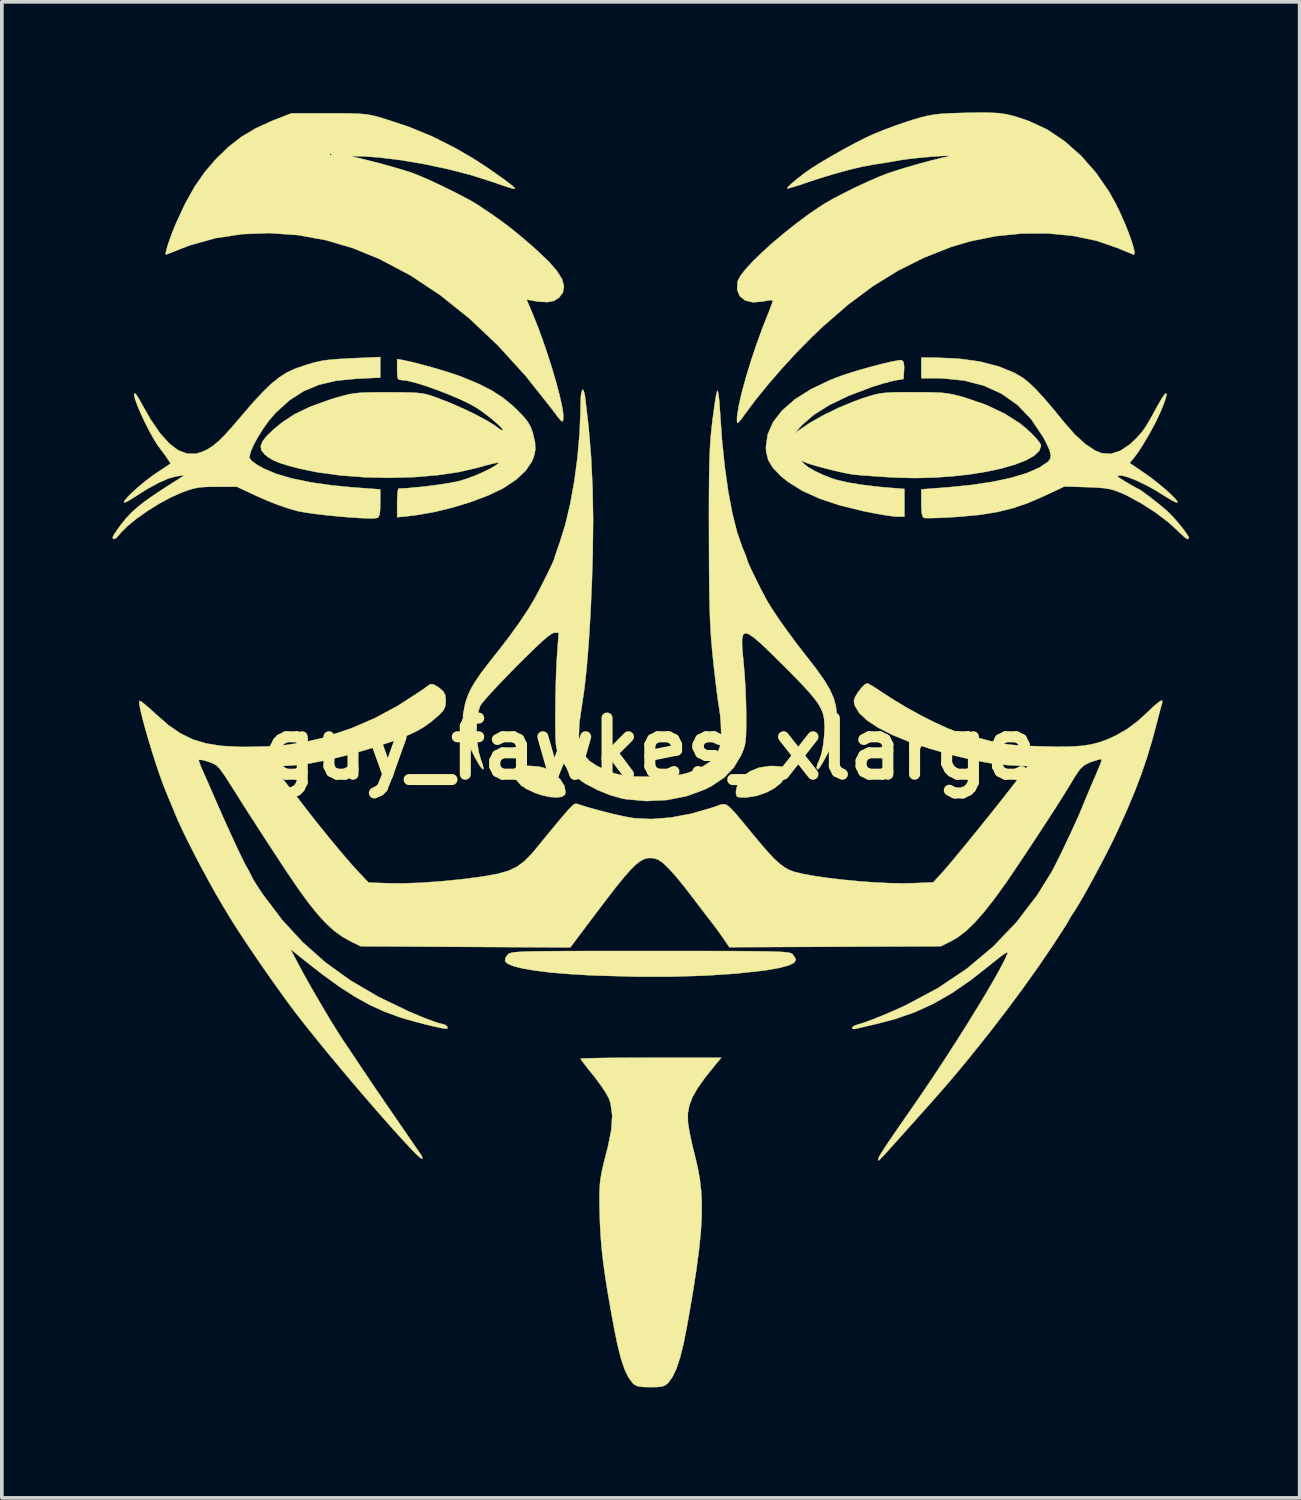
<source format=kicad_pcb>
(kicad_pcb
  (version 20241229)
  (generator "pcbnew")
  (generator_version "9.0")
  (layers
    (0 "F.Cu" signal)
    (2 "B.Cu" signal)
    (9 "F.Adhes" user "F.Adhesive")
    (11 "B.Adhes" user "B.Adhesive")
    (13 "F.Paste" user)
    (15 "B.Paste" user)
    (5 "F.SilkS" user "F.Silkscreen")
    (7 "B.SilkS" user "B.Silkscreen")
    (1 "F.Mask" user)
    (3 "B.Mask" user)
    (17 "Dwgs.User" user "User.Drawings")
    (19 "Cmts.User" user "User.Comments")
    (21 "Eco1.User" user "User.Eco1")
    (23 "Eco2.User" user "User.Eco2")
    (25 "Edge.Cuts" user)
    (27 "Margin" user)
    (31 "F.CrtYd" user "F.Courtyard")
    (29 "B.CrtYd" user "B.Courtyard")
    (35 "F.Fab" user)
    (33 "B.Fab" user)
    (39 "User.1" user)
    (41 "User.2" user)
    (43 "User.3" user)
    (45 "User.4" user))
  (footprint "guy_fawkes_xlarge"
    (layer "F.Cu")
    (at 14.585 17.271)
    (property "Reference" "guy_fawkes_xlarge" (at 0 0 0) (layer "F.SilkS") (effects (font (size 1.524 1.524) (thickness 0.3))))
    (attr through_hole)
    (fp_poly (pts (xy -3.226 0.465) (xy -3.019 0.482) (xy -2.87 0.516) (xy -2.737 0.581) (xy -2.615 0.664) (xy -2.428 0.832) (xy -2.316 1.009) (xy -2.288 1.178) (xy -2.303 1.242) (xy -2.376 1.299) (xy -2.519 1.32) (xy -2.712 1.307) (xy -2.929 1.26) (xy -3.116 1.196) (xy -3.347 1.09) (xy -3.501 0.987) (xy -3.604 0.868) (xy -3.659 0.758) (xy -3.696 0.62) (xy -3.664 0.528) (xy -3.556 0.477) (xy -3.362 0.461) (xy -3.226 0.465)) (stroke (width 0.01) (type solid)) (fill yes) (layer "F.SilkS"))
    (fp_poly (pts (xy 3.361 0.467) (xy 3.536 0.478) (xy 3.634 0.497) (xy 3.68 0.536) (xy 3.697 0.607) (xy 3.699 0.627) (xy 3.669 0.778) (xy 3.556 0.929) (xy 3.378 1.07) (xy 3.153 1.19) (xy 2.9 1.276) (xy 2.637 1.318) (xy 2.56 1.321) (xy 2.421 1.317) (xy 2.357 1.289) (xy 2.338 1.218) (xy 2.337 1.147) (xy 2.384 0.94) (xy 2.516 0.758) (xy 2.716 0.611) (xy 2.967 0.51) (xy 3.252 0.467) (xy 3.361 0.467)) (stroke (width 0.01) (type solid)) (fill yes) (layer "F.SilkS"))
    (fp_poly (pts (xy 0.728 5.486) (xy 1.344 5.487) (xy 1.872 5.488) (xy 2.319 5.489) (xy 2.693 5.492) (xy 2.999 5.495) (xy 3.246 5.499) (xy 3.439 5.505) (xy 3.587 5.512) (xy 3.695 5.521) (xy 3.771 5.532) (xy 3.822 5.544) (xy 3.854 5.559) (xy 3.875 5.576) (xy 3.878 5.579) (xy 3.944 5.673) (xy 3.962 5.73) (xy 3.912 5.808) (xy 3.76 5.881) (xy 3.509 5.947) (xy 3.158 6.008) (xy 3.094 6.017) (xy 2.342 6.1) (xy 1.504 6.155) (xy 0.591 6.183) (xy -0.385 6.183) (xy -1.413 6.154) (xy -1.676 6.143) (xy -2.221 6.11) (xy -2.702 6.069) (xy -3.113 6.019) (xy -3.448 5.961) (xy -3.701 5.898) (xy -3.865 5.83) (xy -3.93 5.765) (xy -3.92 5.675) (xy -3.86 5.587) (xy -3.838 5.568) (xy -3.811 5.552) (xy -3.769 5.538) (xy -3.708 5.526) (xy -3.618 5.516) (xy -3.494 5.508) (xy -3.329 5.501) (xy -3.115 5.496) (xy -2.845 5.493) (xy -2.513 5.49) (xy -2.112 5.488) (xy -1.634 5.487) (xy -1.073 5.487) (xy -0.421 5.486) (xy 0.018 5.486) (xy 0.728 5.486)) (stroke (width 0.01) (type solid)) (fill yes) (layer "F.SilkS"))
    (fp_poly (pts (xy 1.781 8.572) (xy 1.507 8.913) (xy 1.302 9.201) (xy 1.159 9.45) (xy 1.072 9.676) (xy 1.032 9.893) (xy 1.033 10.115) (xy 1.035 10.135) (xy 1.061 10.311) (xy 1.107 10.55) (xy 1.167 10.818) (xy 1.219 11.024) (xy 1.296 11.348) (xy 1.355 11.668) (xy 1.393 11.995) (xy 1.41 12.34) (xy 1.407 12.713) (xy 1.382 13.126) (xy 1.335 13.589) (xy 1.266 14.114) (xy 1.174 14.711) (xy 1.058 15.392) (xy 1.008 15.672) (xy 0.915 16.144) (xy 0.821 16.523) (xy 0.722 16.821) (xy 0.615 17.045) (xy 0.498 17.207) (xy 0.496 17.208) (xy 0.425 17.269) (xy 0.335 17.304) (xy 0.198 17.32) (xy 0.017 17.323) (xy -0.189 17.318) (xy -0.322 17.299) (xy -0.411 17.259) (xy -0.462 17.216) (xy -0.579 17.062) (xy -0.686 16.84) (xy -0.786 16.541) (xy -0.882 16.156) (xy -0.96 15.773) (xy -1.068 15.187) (xy -1.155 14.682) (xy -1.223 14.242) (xy -1.275 13.851) (xy -1.314 13.49) (xy -1.34 13.144) (xy -1.356 12.795) (xy -1.36 12.668) (xy -1.367 12.336) (xy -1.368 12.075) (xy -1.359 11.858) (xy -1.337 11.656) (xy -1.298 11.444) (xy -1.239 11.193) (xy -1.158 10.875) (xy -1.143 10.82) (xy -1.047 10.351) (xy -1.021 9.952) (xy -1.066 9.621) (xy -1.112 9.486) (xy -1.187 9.349) (xy -1.308 9.164) (xy -1.456 8.961) (xy -1.544 8.849) (xy -1.683 8.677) (xy -1.793 8.534) (xy -1.863 8.439) (xy -1.88 8.41) (xy -1.831 8.403) (xy -1.691 8.398) (xy -1.472 8.393) (xy -1.185 8.388) (xy -0.841 8.385) (xy -0.45 8.383) (xy -0.024 8.382) (xy 0.03 8.382) (xy 1.94 8.382) (xy 1.781 8.572)) (stroke (width 0.01) (type solid)) (fill yes) (layer "F.SilkS"))
    (fp_poly (pts (xy 6.84 -10.545) (xy 6.887 -10.492) (xy 6.902 -10.369) (xy 6.899 -10.276) (xy 6.883 -10.035) (xy 6.661 -9.998) (xy 6.509 -9.963) (xy 6.299 -9.905) (xy 6.07 -9.834) (xy 6 -9.81) (xy 5.387 -9.577) (xy 4.87 -9.328) (xy 4.45 -9.064) (xy 4.129 -8.787) (xy 4.039 -8.684) (xy 3.937 -8.56) (xy 4.039 -8.639) (xy 4.336 -8.842) (xy 4.704 -9.051) (xy 5.113 -9.251) (xy 5.534 -9.426) (xy 5.78 -9.514) (xy 5.963 -9.573) (xy 6.113 -9.616) (xy 6.254 -9.645) (xy 6.407 -9.663) (xy 6.595 -9.673) (xy 6.84 -9.677) (xy 7.163 -9.677) (xy 7.493 -9.676) (xy 7.745 -9.671) (xy 7.942 -9.66) (xy 8.107 -9.64) (xy 8.264 -9.609) (xy 8.436 -9.565) (xy 8.56 -9.529) (xy 9.13 -9.332) (xy 9.637 -9.091) (xy 10.032 -8.84) (xy 10.205 -8.7) (xy 10.369 -8.548) (xy 10.504 -8.404) (xy 10.593 -8.286) (xy 10.617 -8.224) (xy 10.568 -8.086) (xy 10.427 -7.953) (xy 10.205 -7.829) (xy 9.91 -7.714) (xy 9.554 -7.611) (xy 9.145 -7.522) (xy 8.694 -7.449) (xy 8.21 -7.395) (xy 7.704 -7.36) (xy 7.185 -7.348) (xy 6.663 -7.361) (xy 6.542 -7.368) (xy 6.25 -7.386) (xy 5.975 -7.406) (xy 5.741 -7.423) (xy 5.574 -7.438) (xy 5.532 -7.442) (xy 5.372 -7.468) (xy 5.156 -7.514) (xy 4.912 -7.571) (xy 4.665 -7.635) (xy 4.444 -7.697) (xy 4.274 -7.751) (xy 4.193 -7.784) (xy 4.123 -7.817) (xy 4.129 -7.795) (xy 4.175 -7.742) (xy 4.295 -7.645) (xy 4.485 -7.535) (xy 4.716 -7.427) (xy 4.96 -7.333) (xy 5.08 -7.296) (xy 5.387 -7.225) (xy 5.778 -7.162) (xy 6.236 -7.108) (xy 6.515 -7.084) (xy 6.909 -7.053) (xy 6.909 -6.299) (xy 6.693 -6.302) (xy 6.562 -6.314) (xy 6.359 -6.344) (xy 6.108 -6.388) (xy 5.837 -6.442) (xy 5.791 -6.451) (xy 5.153 -6.608) (xy 4.606 -6.79) (xy 4.143 -6.999) (xy 3.755 -7.24) (xy 3.548 -7.408) (xy 3.339 -7.626) (xy 3.212 -7.837) (xy 3.156 -8.068) (xy 3.15 -8.194) (xy 3.2 -8.54) (xy 3.348 -8.872) (xy 3.594 -9.186) (xy 3.934 -9.482) (xy 4.367 -9.756) (xy 4.891 -10.006) (xy 5.043 -10.068) (xy 5.245 -10.141) (xy 5.492 -10.221) (xy 5.764 -10.302) (xy 6.041 -10.379) (xy 6.304 -10.447) (xy 6.535 -10.502) (xy 6.714 -10.537) (xy 6.823 -10.548) (xy 6.84 -10.545)) (stroke (width 0.01) (type solid)) (fill yes) (layer "F.SilkS"))
    (fp_poly (pts (xy -6.693 -10.548) (xy -6.445 -10.494) (xy -6.136 -10.414) (xy -5.802 -10.321) (xy -5.478 -10.222) (xy -5.197 -10.129) (xy -5.105 -10.095) (xy -4.665 -9.914) (xy -4.302 -9.731) (xy -3.993 -9.533) (xy -3.716 -9.306) (xy -3.626 -9.22) (xy -3.443 -9.034) (xy -3.321 -8.886) (xy -3.241 -8.751) (xy -3.185 -8.603) (xy -3.181 -8.589) (xy -3.117 -8.326) (xy -3.106 -8.115) (xy -3.149 -7.921) (xy -3.205 -7.789) (xy -3.372 -7.544) (xy -3.628 -7.305) (xy -3.962 -7.083) (xy -4.013 -7.054) (xy -4.397 -6.872) (xy -4.853 -6.7) (xy -5.35 -6.548) (xy -5.857 -6.425) (xy -6.346 -6.34) (xy -6.515 -6.32) (xy -6.858 -6.285) (xy -6.858 -6.673) (xy -6.853 -6.857) (xy -6.841 -6.994) (xy -6.824 -7.06) (xy -6.82 -7.062) (xy -6.58 -7.074) (xy -6.286 -7.101) (xy -5.967 -7.137) (xy -5.655 -7.179) (xy -5.38 -7.224) (xy -5.173 -7.267) (xy -5.159 -7.271) (xy -4.955 -7.334) (xy -4.73 -7.42) (xy -4.508 -7.517) (xy -4.312 -7.615) (xy -4.165 -7.702) (xy -4.094 -7.764) (xy -4.13 -7.766) (xy -4.245 -7.743) (xy -4.423 -7.699) (xy -4.644 -7.637) (xy -4.664 -7.631) (xy -5.176 -7.512) (xy -5.762 -7.426) (xy -6.399 -7.373) (xy -7.065 -7.354) (xy -7.737 -7.369) (xy -8.393 -7.419) (xy -9.01 -7.502) (xy -9.474 -7.597) (xy -9.795 -7.679) (xy -10.034 -7.754) (xy -10.214 -7.828) (xy -10.353 -7.91) (xy -10.452 -7.99) (xy -10.539 -8.097) (xy -10.561 -8.21) (xy -10.515 -8.338) (xy -10.396 -8.491) (xy -10.197 -8.679) (xy -9.982 -8.856) (xy -9.641 -9.081) (xy -9.204 -9.289) (xy -8.678 -9.478) (xy -8.509 -9.53) (xy -8.32 -9.583) (xy -8.16 -9.622) (xy -8.006 -9.648) (xy -7.837 -9.664) (xy -7.63 -9.672) (xy -7.361 -9.675) (xy -7.087 -9.675) (xy -6.759 -9.674) (xy -6.512 -9.67) (xy -6.325 -9.661) (xy -6.178 -9.644) (xy -6.05 -9.617) (xy -5.92 -9.578) (xy -5.768 -9.524) (xy -5.74 -9.514) (xy -5.391 -9.377) (xy -5.041 -9.223) (xy -4.713 -9.064) (xy -4.426 -8.91) (xy -4.202 -8.771) (xy -4.102 -8.695) (xy -4.022 -8.647) (xy -3.985 -8.647) (xy -4.007 -8.691) (xy -4.092 -8.778) (xy -4.222 -8.894) (xy -4.379 -9.022) (xy -4.544 -9.146) (xy -4.698 -9.252) (xy -4.699 -9.252) (xy -4.906 -9.368) (xy -5.17 -9.494) (xy -5.469 -9.621) (xy -5.783 -9.742) (xy -6.089 -9.85) (xy -6.366 -9.935) (xy -6.593 -9.99) (xy -6.738 -10.008) (xy -6.806 -10.016) (xy -6.842 -10.056) (xy -6.856 -10.153) (xy -6.858 -10.293) (xy -6.858 -10.579) (xy -6.693 -10.548)) (stroke (width 0.01) (type solid)) (fill yes) (layer "F.SilkS"))
    (fp_poly (pts (xy -8.361 -17.245) (xy -8.091 -17.242) (xy -7.883 -17.234) (xy -7.717 -17.22) (xy -7.572 -17.197) (xy -7.429 -17.164) (xy -7.268 -17.119) (xy -7.214 -17.102) (xy -6.534 -16.877) (xy -5.908 -16.619) (xy -5.295 -16.311) (xy -4.853 -16.056) (xy -4.657 -15.934) (xy -4.443 -15.793) (xy -4.226 -15.644) (xy -4.022 -15.5) (xy -3.849 -15.372) (xy -3.724 -15.273) (xy -3.661 -15.213) (xy -3.658 -15.205) (xy -3.676 -15.196) (xy -3.74 -15.209) (xy -3.863 -15.245) (xy -4.057 -15.31) (xy -4.293 -15.393) (xy -4.847 -15.568) (xy -5.464 -15.728) (xy -6.109 -15.866) (xy -6.75 -15.975) (xy -7.355 -16.049) (xy -7.722 -16.075) (xy -7.912 -16.082) (xy -8.041 -16.084) (xy -8.093 -16.079) (xy -8.077 -16.072) (xy -7.841 -16.018) (xy -7.556 -15.947) (xy -7.249 -15.866) (xy -6.946 -15.782) (xy -6.677 -15.702) (xy -6.467 -15.635) (xy -6.401 -15.611) (xy -6.182 -15.522) (xy -5.912 -15.402) (xy -5.617 -15.263) (xy -5.32 -15.117) (xy -5.047 -14.977) (xy -4.822 -14.855) (xy -4.686 -14.773) (xy -4.334 -14.537) (xy -4.041 -14.332) (xy -3.779 -14.134) (xy -3.518 -13.922) (xy -3.229 -13.674) (xy -3.053 -13.518) (xy -2.741 -13.221) (xy -2.518 -12.964) (xy -2.381 -12.743) (xy -2.329 -12.552) (xy -2.358 -12.386) (xy -2.464 -12.243) (xy -2.598 -12.157) (xy -2.773 -12.122) (xy -3.012 -12.135) (xy -3.132 -12.154) (xy -3.344 -12.192) (xy -3.167 -11.773) (xy -3.032 -11.436) (xy -2.898 -11.068) (xy -2.768 -10.685) (xy -2.647 -10.304) (xy -2.54 -9.939) (xy -2.453 -9.607) (xy -2.388 -9.324) (xy -2.352 -9.105) (xy -2.347 -8.977) (xy -2.357 -8.908) (xy -2.377 -8.884) (xy -2.419 -8.913) (xy -2.495 -9.004) (xy -2.618 -9.168) (xy -2.641 -9.199) (xy -3.371 -10.12) (xy -4.123 -10.947) (xy -4.897 -11.679) (xy -5.691 -12.314) (xy -6.504 -12.852) (xy -7.335 -13.291) (xy -8.052 -13.585) (xy -8.794 -13.804) (xy -9.553 -13.941) (xy -10.316 -13.995) (xy -11.068 -13.967) (xy -11.794 -13.857) (xy -12.479 -13.664) (xy -12.678 -13.589) (xy -12.871 -13.512) (xy -13.024 -13.452) (xy -13.116 -13.417) (xy -13.133 -13.411) (xy -13.138 -13.455) (xy -13.111 -13.573) (xy -13.057 -13.745) (xy -12.983 -13.953) (xy -12.894 -14.177) (xy -12.864 -14.249) (xy -12.611 -14.794) (xy -12.352 -15.256) (xy -12.076 -15.654) (xy -11.775 -16.004) (xy -11.645 -16.129) (xy -8.687 -16.129) (xy -8.661 -16.104) (xy -8.636 -16.129) (xy -8.661 -16.154) (xy -8.687 -16.129) (xy -11.645 -16.129) (xy -11.427 -16.34) (xy -11.081 -16.61) (xy -10.705 -16.834) (xy -10.268 -17.034) (xy -10.151 -17.081) (xy -9.728 -17.245) (xy -8.712 -17.246) (xy -8.361 -17.245)) (stroke (width 0.01) (type solid)) (fill yes) (layer "F.SilkS"))
    (fp_poly (pts (xy 7.76 -10.616) (xy 8.386 -10.588) (xy 8.958 -10.508) (xy 9.464 -10.378) (xy 9.894 -10.202) (xy 10.129 -10.063) (xy 10.286 -9.938) (xy 10.471 -9.761) (xy 10.691 -9.523) (xy 10.954 -9.215) (xy 11.239 -8.865) (xy 11.536 -8.527) (xy 11.821 -8.268) (xy 12.087 -8.092) (xy 12.263 -8.022) (xy 12.509 -8.006) (xy 12.768 -8.088) (xy 13.032 -8.266) (xy 13.17 -8.396) (xy 13.277 -8.509) (xy 13.366 -8.614) (xy 13.45 -8.733) (xy 13.543 -8.885) (xy 13.659 -9.091) (xy 13.779 -9.312) (xy 13.896 -9.514) (xy 13.976 -9.625) (xy 14.017 -9.648) (xy 14.019 -9.587) (xy 13.978 -9.445) (xy 13.894 -9.228) (xy 13.856 -9.138) (xy 13.724 -8.859) (xy 13.565 -8.562) (xy 13.398 -8.277) (xy 13.24 -8.034) (xy 13.142 -7.903) (xy 13.021 -7.755) (xy 13.39 -7.506) (xy 13.59 -7.364) (xy 13.791 -7.207) (xy 13.979 -7.051) (xy 14.14 -6.906) (xy 14.258 -6.787) (xy 14.318 -6.708) (xy 14.319 -6.684) (xy 14.265 -6.694) (xy 14.151 -6.751) (xy 14 -6.842) (xy 13.975 -6.859) (xy 13.721 -7.016) (xy 13.457 -7.161) (xy 13.204 -7.282) (xy 12.985 -7.369) (xy 12.821 -7.413) (xy 12.781 -7.417) (xy 12.708 -7.413) (xy 12.695 -7.393) (xy 12.75 -7.348) (xy 12.882 -7.265) (xy 12.925 -7.239) (xy 13.076 -7.15) (xy 13.19 -7.086) (xy 13.242 -7.061) (xy 13.242 -7.061) (xy 13.298 -7.031) (xy 13.411 -6.953) (xy 13.561 -6.841) (xy 13.727 -6.711) (xy 13.889 -6.581) (xy 14.025 -6.465) (xy 14.06 -6.433) (xy 14.182 -6.31) (xy 14.317 -6.159) (xy 14.447 -6.001) (xy 14.553 -5.859) (xy 14.618 -5.756) (xy 14.63 -5.721) (xy 14.601 -5.689) (xy 14.518 -5.737) (xy 14.384 -5.861) (xy 14.374 -5.872) (xy 14.08 -6.142) (xy 13.721 -6.414) (xy 13.33 -6.666) (xy 12.941 -6.876) (xy 12.802 -6.94) (xy 12.641 -7.003) (xy 12.492 -7.046) (xy 12.325 -7.074) (xy 12.111 -7.091) (xy 11.862 -7.101) (xy 11.252 -7.12) (xy 10.693 -6.857) (xy 10.268 -6.673) (xy 9.858 -6.532) (xy 9.434 -6.427) (xy 8.971 -6.352) (xy 8.439 -6.301) (xy 8.342 -6.294) (xy 8.059 -6.277) (xy 7.808 -6.266) (xy 7.608 -6.261) (xy 7.478 -6.262) (xy 7.441 -6.267) (xy 7.399 -6.311) (xy 7.376 -6.416) (xy 7.366 -6.599) (xy 7.366 -6.668) (xy 7.366 -7.041) (xy 8.115 -7.099) (xy 8.75 -7.163) (xy 9.32 -7.25) (xy 9.819 -7.358) (xy 10.238 -7.486) (xy 10.571 -7.632) (xy 10.803 -7.788) (xy 10.866 -7.868) (xy 10.881 -7.97) (xy 10.844 -8.112) (xy 10.754 -8.309) (xy 10.663 -8.476) (xy 10.349 -8.945) (xy 9.979 -9.331) (xy 9.552 -9.633) (xy 9.066 -9.855) (xy 8.52 -9.995) (xy 7.912 -10.055) (xy 7.76 -10.057) (xy 7.366 -10.058) (xy 7.366 -10.617) (xy 7.76 -10.616)) (stroke (width 0.01) (type solid)) (fill yes) (layer "F.SilkS"))
    (fp_poly (pts (xy -7.315 -10.353) (xy -7.315 -10.074) (xy -7.968 -10.043) (xy -8.511 -9.989) (xy -8.982 -9.879) (xy -9.399 -9.704) (xy -9.778 -9.459) (xy -10.138 -9.134) (xy -10.178 -9.093) (xy -10.338 -8.904) (xy -10.495 -8.685) (xy -10.639 -8.456) (xy -10.756 -8.238) (xy -10.836 -8.051) (xy -10.865 -7.917) (xy -10.864 -7.894) (xy -10.807 -7.817) (xy -10.67 -7.715) (xy -10.481 -7.607) (xy -10.145 -7.464) (xy -9.719 -7.339) (xy -9.214 -7.234) (xy -8.64 -7.151) (xy -8.09 -7.098) (xy -7.315 -7.04) (xy -7.315 -6.668) (xy -7.321 -6.461) (xy -7.339 -6.337) (xy -7.374 -6.276) (xy -7.392 -6.267) (xy -7.487 -6.255) (xy -7.663 -6.255) (xy -7.901 -6.265) (xy -8.182 -6.284) (xy -8.485 -6.31) (xy -8.792 -6.34) (xy -9.083 -6.375) (xy -9.339 -6.411) (xy -9.539 -6.447) (xy -9.576 -6.456) (xy -9.812 -6.524) (xy -10.1 -6.623) (xy -10.398 -6.741) (xy -10.62 -6.838) (xy -11.208 -7.112) (xy -11.752 -7.112) (xy -12.012 -7.109) (xy -12.207 -7.096) (xy -12.372 -7.066) (xy -12.544 -7.014) (xy -12.714 -6.951) (xy -13.008 -6.82) (xy -13.322 -6.649) (xy -13.635 -6.454) (xy -13.927 -6.248) (xy -14.174 -6.046) (xy -14.358 -5.863) (xy -14.407 -5.8) (xy -14.487 -5.715) (xy -14.553 -5.69) (xy -14.58 -5.735) (xy -14.551 -5.796) (xy -14.476 -5.912) (xy -14.369 -6.061) (xy -14.356 -6.078) (xy -14.216 -6.253) (xy -14.065 -6.413) (xy -13.889 -6.571) (xy -13.671 -6.739) (xy -13.398 -6.929) (xy -13.054 -7.154) (xy -12.979 -7.201) (xy -12.624 -7.427) (xy -12.849 -7.395) (xy -13.066 -7.335) (xy -13.341 -7.214) (xy -13.658 -7.04) (xy -13.971 -6.841) (xy -14.114 -6.751) (xy -14.222 -6.694) (xy -14.269 -6.683) (xy -14.254 -6.734) (xy -14.173 -6.832) (xy -14.042 -6.962) (xy -13.876 -7.111) (xy -13.691 -7.264) (xy -13.503 -7.407) (xy -13.4 -7.478) (xy -13.006 -7.741) (xy -13.088 -7.871) (xy -13.181 -8.005) (xy -13.257 -8.103) (xy -13.358 -8.24) (xy -13.472 -8.425) (xy -13.592 -8.641) (xy -13.709 -8.872) (xy -13.815 -9.1) (xy -13.904 -9.309) (xy -13.966 -9.481) (xy -13.995 -9.601) (xy -13.982 -9.651) (xy -13.978 -9.652) (xy -13.937 -9.611) (xy -13.868 -9.505) (xy -13.817 -9.412) (xy -13.548 -8.938) (xy -13.291 -8.564) (xy -13.042 -8.285) (xy -12.798 -8.101) (xy -12.556 -8.01) (xy -12.315 -8.008) (xy -12.131 -8.066) (xy -11.987 -8.137) (xy -11.851 -8.226) (xy -11.709 -8.344) (xy -11.547 -8.504) (xy -11.352 -8.718) (xy -11.111 -8.999) (xy -11.074 -9.042) (xy -10.764 -9.402) (xy -10.499 -9.688) (xy -10.268 -9.911) (xy -10.057 -10.081) (xy -9.857 -10.209) (xy -9.653 -10.304) (xy -9.587 -10.329) (xy -9.332 -10.417) (xy -9.119 -10.481) (xy -8.92 -10.526) (xy -8.708 -10.557) (xy -8.454 -10.578) (xy -8.132 -10.596) (xy -8.065 -10.599) (xy -7.315 -10.633) (xy -7.315 -10.353)) (stroke (width 0.01) (type solid)) (fill yes) (layer "F.SilkS"))
    (fp_poly (pts (xy 9.238 -17.264) (xy 9.473 -17.25) (xy 9.68 -17.22) (xy 9.882 -17.171) (xy 10.104 -17.1) (xy 10.312 -17.026) (xy 10.796 -16.799) (xy 11.265 -16.482) (xy 11.708 -16.088) (xy 12.112 -15.628) (xy 12.465 -15.115) (xy 12.649 -14.783) (xy 12.778 -14.515) (xy 12.896 -14.245) (xy 12.998 -13.989) (xy 13.079 -13.762) (xy 13.133 -13.58) (xy 13.154 -13.458) (xy 13.138 -13.411) (xy 13.136 -13.411) (xy 13.083 -13.43) (xy 12.96 -13.48) (xy 12.788 -13.551) (xy 12.71 -13.585) (xy 12.121 -13.788) (xy 11.476 -13.922) (xy 10.79 -13.987) (xy 10.083 -13.983) (xy 9.371 -13.91) (xy 8.673 -13.768) (xy 8.169 -13.617) (xy 7.431 -13.325) (xy 6.728 -12.972) (xy 6.047 -12.551) (xy 5.376 -12.051) (xy 4.702 -11.466) (xy 4.376 -11.155) (xy 3.98 -10.752) (xy 3.582 -10.319) (xy 3.203 -9.88) (xy 2.861 -9.459) (xy 2.577 -9.077) (xy 2.562 -9.056) (xy 2.472 -8.934) (xy 2.402 -8.856) (xy 2.38 -8.84) (xy 2.365 -8.884) (xy 2.366 -8.997) (xy 2.372 -9.055) (xy 2.419 -9.339) (xy 2.502 -9.696) (xy 2.615 -10.105) (xy 2.75 -10.546) (xy 2.902 -10.999) (xy 3.065 -11.444) (xy 3.199 -11.78) (xy 3.269 -11.958) (xy 3.318 -12.095) (xy 3.337 -12.169) (xy 3.336 -12.175) (xy 3.28 -12.176) (xy 3.157 -12.158) (xy 3.061 -12.139) (xy 2.798 -12.117) (xy 2.589 -12.167) (xy 2.443 -12.281) (xy 2.37 -12.451) (xy 2.38 -12.67) (xy 2.387 -12.699) (xy 2.457 -12.834) (xy 2.599 -13.017) (xy 2.801 -13.235) (xy 3.053 -13.48) (xy 3.342 -13.741) (xy 3.658 -14.006) (xy 3.988 -14.267) (xy 4.32 -14.513) (xy 4.644 -14.732) (xy 4.736 -14.791) (xy 4.967 -14.924) (xy 5.263 -15.079) (xy 5.592 -15.242) (xy 5.925 -15.396) (xy 6.231 -15.529) (xy 6.414 -15.601) (xy 6.649 -15.681) (xy 6.95 -15.774) (xy 7.285 -15.871) (xy 7.619 -15.961) (xy 7.921 -16.037) (xy 8.077 -16.072) (xy 8.126 -16.087) (xy 8.089 -16.093) (xy 7.985 -16.091) (xy 7.829 -16.082) (xy 7.639 -16.068) (xy 7.43 -16.05) (xy 7.219 -16.029) (xy 7.022 -16.007) (xy 6.857 -15.984) (xy 6.807 -15.976) (xy 6.556 -15.932) (xy 6.295 -15.889) (xy 6.076 -15.855) (xy 6.055 -15.852) (xy 5.757 -15.797) (xy 5.392 -15.709) (xy 4.982 -15.596) (xy 4.555 -15.465) (xy 4.247 -15.362) (xy 4.038 -15.291) (xy 3.868 -15.239) (xy 3.757 -15.209) (xy 3.725 -15.207) (xy 3.75 -15.249) (xy 3.844 -15.339) (xy 3.996 -15.466) (xy 4.192 -15.619) (xy 4.202 -15.626) (xy 4.392 -15.758) (xy 4.649 -15.919) (xy 4.95 -16.096) (xy 5.27 -16.277) (xy 5.585 -16.446) (xy 5.871 -16.59) (xy 6.049 -16.672) (xy 6.34 -16.792) (xy 6.675 -16.917) (xy 7.001 -17.028) (xy 7.137 -17.071) (xy 7.351 -17.133) (xy 7.531 -17.178) (xy 7.702 -17.209) (xy 7.889 -17.231) (xy 8.115 -17.245) (xy 8.407 -17.255) (xy 8.586 -17.26) (xy 8.951 -17.266) (xy 9.238 -17.264)) (stroke (width 0.01) (type solid)) (fill yes) (layer "F.SilkS"))
    (fp_poly (pts (xy -1.796 -9.724) (xy -1.766 -9.606) (xy -1.756 -9.538) (xy -1.661 -8.728) (xy -1.594 -7.916) (xy -1.554 -7.081) (xy -1.539 -6.202) (xy -1.55 -5.26) (xy -1.571 -4.572) (xy -1.609 -3.689) (xy -1.657 -2.904) (xy -1.712 -2.218) (xy -1.776 -1.631) (xy -1.848 -1.144) (xy -1.853 -1.118) (xy -1.914 -0.691) (xy -1.926 -0.344) (xy -1.886 -0.065) (xy -1.792 0.155) (xy -1.64 0.329) (xy -1.428 0.467) (xy -1.422 0.47) (xy -1.173 0.587) (xy -0.95 0.669) (xy -0.725 0.722) (xy -0.472 0.749) (xy -0.166 0.756) (xy 0.118 0.751) (xy 0.431 0.74) (xy 0.665 0.723) (xy 0.845 0.699) (xy 0.993 0.664) (xy 1.126 0.617) (xy 1.439 0.477) (xy 1.663 0.331) (xy 1.812 0.162) (xy 1.898 -0.046) (xy 1.933 -0.31) (xy 1.935 -0.442) (xy 1.927 -0.681) (xy 1.907 -0.925) (xy 1.88 -1.118) (xy 1.857 -1.256) (xy 1.827 -1.474) (xy 1.793 -1.751) (xy 1.756 -2.066) (xy 1.719 -2.397) (xy 1.718 -2.413) (xy 1.691 -2.677) (xy 1.669 -2.928) (xy 1.651 -3.18) (xy 1.637 -3.446) (xy 1.626 -3.739) (xy 1.618 -4.073) (xy 1.612 -4.461) (xy 1.608 -4.917) (xy 1.606 -5.454) (xy 1.605 -5.766) (xy 1.604 -6.343) (xy 1.605 -6.83) (xy 1.608 -7.241) (xy 1.612 -7.586) (xy 1.62 -7.878) (xy 1.63 -8.13) (xy 1.643 -8.352) (xy 1.661 -8.558) (xy 1.682 -8.76) (xy 1.697 -8.89) (xy 1.733 -9.163) (xy 1.767 -9.401) (xy 1.798 -9.585) (xy 1.822 -9.696) (xy 1.831 -9.72) (xy 1.849 -9.691) (xy 1.868 -9.579) (xy 1.887 -9.402) (xy 1.9 -9.212) (xy 1.956 -8.406) (xy 2.032 -7.664) (xy 2.126 -6.993) (xy 2.237 -6.401) (xy 2.364 -5.894) (xy 2.506 -5.479) (xy 2.541 -5.395) (xy 2.6 -5.254) (xy 2.636 -5.151) (xy 2.642 -5.124) (xy 2.663 -5.062) (xy 2.722 -4.931) (xy 2.806 -4.753) (xy 2.906 -4.549) (xy 3.01 -4.341) (xy 3.11 -4.151) (xy 3.189 -4.005) (xy 3.328 -3.779) (xy 3.518 -3.496) (xy 3.744 -3.179) (xy 3.99 -2.847) (xy 4.241 -2.523) (xy 4.251 -2.511) (xy 4.525 -2.157) (xy 4.736 -1.859) (xy 4.889 -1.602) (xy 4.992 -1.37) (xy 5.051 -1.147) (xy 5.075 -0.917) (xy 5.068 -0.664) (xy 5.068 -0.654) (xy 5.044 -0.447) (xy 5 -0.264) (xy 4.921 -0.067) (xy 4.823 0.133) (xy 4.724 0.317) (xy 4.639 0.461) (xy 4.58 0.545) (xy 4.563 0.559) (xy 4.524 0.521) (xy 4.549 0.409) (xy 4.599 0.302) (xy 4.656 0.138) (xy 4.702 -0.092) (xy 4.732 -0.352) (xy 4.743 -0.606) (xy 4.729 -0.817) (xy 4.728 -0.823) (xy 4.7 -0.953) (xy 4.65 -1.081) (xy 4.572 -1.219) (xy 4.457 -1.376) (xy 4.298 -1.564) (xy 4.085 -1.793) (xy 3.811 -2.074) (xy 3.59 -2.295) (xy 3.273 -2.608) (xy 3.021 -2.848) (xy 2.827 -3.017) (xy 2.684 -3.113) (xy 2.587 -3.139) (xy 2.529 -3.093) (xy 2.504 -2.977) (xy 2.504 -2.79) (xy 2.525 -2.534) (xy 2.543 -2.35) (xy 2.571 -2.02) (xy 2.595 -1.636) (xy 2.61 -1.245) (xy 2.616 -0.894) (xy 2.616 -0.889) (xy 2.615 -0.592) (xy 2.61 -0.375) (xy 2.598 -0.215) (xy 2.577 -0.091) (xy 2.543 0.02) (xy 2.493 0.139) (xy 2.469 0.19) (xy 2.278 0.509) (xy 2.018 0.779) (xy 1.676 1.009) (xy 1.494 1.102) (xy 1.003 1.284) (xy 0.464 1.39) (xy -0.098 1.418) (xy -0.659 1.366) (xy -0.762 1.347) (xy -1.082 1.256) (xy -1.429 1.114) (xy -1.76 0.939) (xy -2.035 0.752) (xy -2.047 0.743) (xy -2.215 0.57) (xy -2.369 0.353) (xy -2.417 0.268) (xy -2.469 0.163) (xy -2.507 0.071) (xy -2.534 -0.025) (xy -2.55 -0.142) (xy -2.56 -0.3) (xy -2.564 -0.516) (xy -2.564 -0.807) (xy -2.564 -0.965) (xy -2.561 -1.322) (xy -2.553 -1.697) (xy -2.542 -2.059) (xy -2.528 -2.372) (xy -2.518 -2.527) (xy -2.474 -3.15) (xy -2.594 -3.15) (xy -2.657 -3.127) (xy -2.758 -3.057) (xy -2.905 -2.933) (xy -3.102 -2.749) (xy -3.357 -2.501) (xy -3.611 -2.248) (xy -3.863 -1.99) (xy -4.097 -1.747) (xy -4.299 -1.53) (xy -4.459 -1.351) (xy -4.566 -1.223) (xy -4.603 -1.168) (xy -4.661 -0.993) (xy -4.694 -0.75) (xy -4.701 -0.468) (xy -4.684 -0.177) (xy -4.643 0.092) (xy -4.585 0.292) (xy -4.535 0.436) (xy -4.515 0.533) (xy -4.524 0.559) (xy -4.574 0.516) (xy -4.651 0.401) (xy -4.743 0.238) (xy -4.838 0.049) (xy -4.924 -0.144) (xy -4.989 -0.317) (xy -4.999 -0.352) (xy -5.065 -0.653) (xy -5.07 -0.927) (xy -5.012 -1.222) (xy -4.986 -1.309) (xy -4.928 -1.472) (xy -4.852 -1.635) (xy -4.748 -1.812) (xy -4.607 -2.019) (xy -4.419 -2.27) (xy -4.174 -2.582) (xy -4.15 -2.611) (xy -3.837 -3.015) (xy -3.55 -3.412) (xy -3.305 -3.779) (xy -3.148 -4.039) (xy -3.069 -4.183) (xy -2.973 -4.368) (xy -2.869 -4.572) (xy -2.768 -4.775) (xy -2.681 -4.955) (xy -2.619 -5.091) (xy -2.591 -5.16) (xy -2.591 -5.164) (xy -2.575 -5.224) (xy -2.531 -5.355) (xy -2.469 -5.533) (xy -2.442 -5.608) (xy -2.293 -6.09) (xy -2.161 -6.649) (xy -2.05 -7.262) (xy -1.964 -7.905) (xy -1.907 -8.556) (xy -1.881 -9.191) (xy -1.88 -9.335) (xy -1.873 -9.548) (xy -1.853 -9.688) (xy -1.827 -9.749) (xy -1.796 -9.724)) (stroke (width 0.01) (type solid)) (fill yes) (layer "F.SilkS"))
    (fp_poly (pts (xy 5.96 -1.751) (xy 6.08 -1.68) (xy 6.235 -1.579) (xy 6.26 -1.562) (xy 6.606 -1.337) (xy 6.979 -1.114) (xy 7.361 -0.903) (xy 7.732 -0.715) (xy 8.071 -0.56) (xy 8.36 -0.447) (xy 8.508 -0.403) (xy 8.622 -0.373) (xy 8.805 -0.326) (xy 9.027 -0.267) (xy 9.169 -0.23) (xy 9.383 -0.178) (xy 9.585 -0.139) (xy 9.8 -0.11) (xy 10.053 -0.09) (xy 10.368 -0.075) (xy 10.592 -0.067) (xy 11.042 -0.057) (xy 11.41 -0.06) (xy 11.714 -0.08) (xy 11.973 -0.118) (xy 12.206 -0.178) (xy 12.432 -0.262) (xy 12.64 -0.358) (xy 12.952 -0.535) (xy 13.241 -0.752) (xy 13.452 -0.944) (xy 13.653 -1.134) (xy 13.792 -1.254) (xy 13.874 -1.308) (xy 13.908 -1.302) (xy 13.901 -1.24) (xy 13.898 -1.232) (xy 13.873 -1.143) (xy 13.831 -0.985) (xy 13.78 -0.789) (xy 13.767 -0.737) (xy 13.629 -0.221) (xy 13.488 0.249) (xy 13.333 0.702) (xy 13.157 1.163) (xy 12.949 1.658) (xy 12.699 2.214) (xy 12.689 2.235) (xy 12.561 2.504) (xy 12.405 2.814) (xy 12.233 3.146) (xy 12.053 3.481) (xy 11.878 3.801) (xy 11.716 4.086) (xy 11.579 4.318) (xy 11.475 4.478) (xy 11.475 4.478) (xy 11.409 4.578) (xy 11.379 4.635) (xy 11.379 4.637) (xy 11.353 4.685) (xy 11.279 4.804) (xy 11.168 4.978) (xy 11.028 5.193) (xy 10.915 5.366) (xy 10.55 5.903) (xy 10.132 6.489) (xy 9.68 7.099) (xy 9.212 7.707) (xy 8.746 8.291) (xy 8.693 8.357) (xy 8.52 8.566) (xy 8.367 8.752) (xy 8.221 8.925) (xy 8.074 9.098) (xy 7.913 9.283) (xy 7.728 9.493) (xy 7.509 9.739) (xy 7.246 10.035) (xy 6.927 10.391) (xy 6.864 10.461) (xy 6.636 10.716) (xy 6.466 10.905) (xy 6.347 11.036) (xy 6.269 11.118) (xy 6.224 11.16) (xy 6.203 11.172) (xy 6.197 11.161) (xy 6.198 11.138) (xy 6.198 11.134) (xy 6.214 11.087) (xy 6.267 10.993) (xy 6.36 10.845) (xy 6.498 10.638) (xy 6.685 10.364) (xy 6.925 10.018) (xy 7.074 9.804) (xy 7.383 9.356) (xy 7.697 8.889) (xy 8.011 8.413) (xy 8.317 7.938) (xy 8.61 7.475) (xy 8.882 7.034) (xy 9.128 6.626) (xy 9.34 6.262) (xy 9.513 5.951) (xy 9.64 5.704) (xy 9.706 5.554) (xy 9.699 5.525) (xy 9.63 5.557) (xy 9.496 5.654) (xy 9.292 5.817) (xy 9.258 5.845) (xy 8.71 6.276) (xy 8.196 6.63) (xy 7.694 6.918) (xy 7.187 7.149) (xy 6.654 7.334) (xy 6.136 7.47) (xy 5.92 7.519) (xy 5.736 7.563) (xy 5.609 7.593) (xy 5.575 7.602) (xy 5.502 7.599) (xy 5.486 7.574) (xy 5.53 7.525) (xy 5.626 7.488) (xy 5.788 7.439) (xy 6.018 7.355) (xy 6.293 7.246) (xy 6.587 7.121) (xy 6.879 6.99) (xy 6.96 6.952) (xy 7.821 6.492) (xy 8.606 5.964) (xy 9.315 5.369) (xy 9.949 4.707) (xy 10.509 3.975) (xy 10.898 3.351) (xy 10.988 3.181) (xy 11.108 2.942) (xy 11.244 2.661) (xy 11.386 2.361) (xy 11.522 2.068) (xy 11.639 1.806) (xy 11.726 1.601) (xy 11.736 1.575) (xy 11.799 1.421) (xy 11.886 1.212) (xy 11.982 0.985) (xy 12.013 0.914) (xy 12.126 0.653) (xy 12.202 0.473) (xy 12.246 0.359) (xy 12.257 0.3) (xy 12.241 0.28) (xy 12.198 0.287) (xy 12.131 0.307) (xy 12.126 0.309) (xy 11.928 0.373) (xy 11.786 0.448) (xy 11.672 0.556) (xy 11.555 0.723) (xy 11.492 0.827) (xy 11.382 1.01) (xy 11.264 1.202) (xy 11.131 1.415) (xy 10.975 1.658) (xy 10.79 1.944) (xy 10.569 2.282) (xy 10.304 2.684) (xy 10.019 3.114) (xy 9.664 3.637) (xy 9.347 4.076) (xy 9.063 4.437) (xy 8.806 4.727) (xy 8.569 4.953) (xy 8.348 5.121) (xy 8.196 5.209) (xy 7.899 5.359) (xy 2.159 5.384) (xy 1.981 5.125) (xy 1.865 4.96) (xy 1.754 4.809) (xy 1.695 4.732) (xy 1.622 4.638) (xy 1.504 4.485) (xy 1.359 4.295) (xy 1.222 4.115) (xy 0.943 3.751) (xy 0.711 3.467) (xy 0.52 3.254) (xy 0.365 3.105) (xy 0.238 3.015) (xy 0.138 2.977) (xy 0.032 2.963) (xy -0.067 2.967) (xy -0.167 2.997) (xy -0.274 3.057) (xy -0.396 3.156) (xy -0.539 3.3) (xy -0.71 3.496) (xy -0.916 3.75) (xy -1.164 4.07) (xy -1.46 4.461) (xy -1.651 4.714) (xy -2.158 5.39) (xy -5.003 5.375) (xy -7.849 5.359) (xy -8.128 5.221) (xy -8.351 5.095) (xy -8.568 4.937) (xy -8.788 4.736) (xy -9.019 4.484) (xy -9.269 4.172) (xy -9.546 3.791) (xy -9.858 3.331) (xy -9.961 3.175) (xy -10.237 2.754) (xy -10.468 2.399) (xy -10.666 2.093) (xy -10.844 1.817) (xy -11.014 1.552) (xy -11.185 1.281) (xy -11.319 1.07) (xy -11.475 0.825) (xy -11.591 0.65) (xy -11.68 0.532) (xy -11.758 0.455) (xy -11.836 0.405) (xy -11.93 0.367) (xy -11.98 0.35) (xy -12.123 0.308) (xy -12.219 0.296) (xy -12.243 0.307) (xy -12.223 0.375) (xy -12.173 0.504) (xy -12.122 0.621) (xy -12.037 0.81) (xy -11.936 1.041) (xy -11.847 1.245) (xy -11.706 1.569) (xy -11.558 1.904) (xy -11.409 2.233) (xy -11.268 2.54) (xy -11.142 2.809) (xy -11.038 3.024) (xy -10.964 3.167) (xy -10.945 3.2) (xy -10.868 3.337) (xy -10.812 3.451) (xy -10.805 3.468) (xy -10.763 3.547) (xy -10.677 3.686) (xy -10.561 3.862) (xy -10.483 3.976) (xy -9.973 4.65) (xy -9.415 5.255) (xy -8.802 5.798) (xy -8.123 6.287) (xy -7.369 6.729) (xy -6.531 7.132) (xy -6.222 7.262) (xy -6.006 7.347) (xy -5.819 7.415) (xy -5.683 7.457) (xy -5.631 7.468) (xy -5.547 7.493) (xy -5.492 7.548) (xy -5.495 7.595) (xy -5.553 7.595) (xy -5.689 7.571) (xy -5.881 7.529) (xy -6.108 7.474) (xy -6.351 7.41) (xy -6.589 7.344) (xy -6.782 7.285) (xy -7.195 7.135) (xy -7.598 6.951) (xy -8.007 6.725) (xy -8.439 6.446) (xy -8.908 6.105) (xy -9.292 5.805) (xy -9.752 5.437) (xy -9.491 5.932) (xy -9.356 6.18) (xy -9.189 6.476) (xy -9.003 6.798) (xy -8.812 7.123) (xy -8.629 7.427) (xy -8.466 7.69) (xy -8.339 7.888) (xy -8.331 7.899) (xy -8.249 8.02) (xy -8.127 8.202) (xy -7.981 8.42) (xy -7.828 8.65) (xy -7.82 8.661) (xy -7.644 8.923) (xy -7.454 9.205) (xy -7.274 9.469) (xy -7.149 9.652) (xy -6.978 9.9) (xy -6.787 10.178) (xy -6.609 10.437) (xy -6.562 10.505) (xy -6.432 10.696) (xy -6.316 10.864) (xy -6.232 10.985) (xy -6.204 11.026) (xy -6.169 11.1) (xy -6.185 11.125) (xy -6.244 11.087) (xy -6.36 10.979) (xy -6.525 10.808) (xy -6.733 10.584) (xy -6.976 10.315) (xy -7.248 10.008) (xy -7.54 9.673) (xy -7.846 9.318) (xy -8.159 8.951) (xy -8.47 8.58) (xy -8.774 8.214) (xy -9.062 7.86) (xy -9.328 7.529) (xy -9.564 7.227) (xy -9.612 7.165) (xy -9.833 6.869) (xy -10.084 6.522) (xy -10.351 6.145) (xy -10.621 5.756) (xy -10.879 5.376) (xy -11.112 5.025) (xy -11.307 4.722) (xy -11.405 4.563) (xy -11.495 4.413) (xy -11.578 4.277) (xy -11.583 4.267) (xy -11.753 3.979) (xy -11.942 3.642) (xy -12.14 3.277) (xy -12.335 2.906) (xy -12.517 2.549) (xy -12.676 2.226) (xy -12.8 1.959) (xy -12.851 1.839) (xy -12.917 1.677) (xy -13.006 1.463) (xy -13.101 1.235) (xy -13.123 1.183) (xy -13.212 0.957) (xy -13.31 0.685) (xy -13.412 0.382) (xy -13.513 0.064) (xy -13.609 -0.253) (xy -13.696 -0.554) (xy -13.768 -0.825) (xy -13.822 -1.049) (xy -13.853 -1.211) (xy -13.856 -1.296) (xy -13.852 -1.303) (xy -13.805 -1.283) (xy -13.701 -1.204) (xy -13.556 -1.079) (xy -13.389 -0.926) (xy -13.058 -0.638) (xy -12.736 -0.417) (xy -12.404 -0.255) (xy -12.04 -0.145) (xy -11.626 -0.08) (xy -11.142 -0.054) (xy -10.947 -0.052) (xy -10.359 -0.066) (xy -9.843 -0.108) (xy -9.372 -0.18) (xy -8.918 -0.287) (xy -8.788 -0.325) (xy -8.097 -0.558) (xy -7.454 -0.836) (xy -6.833 -1.171) (xy -6.205 -1.579) (xy -5.967 -1.749) (xy -5.884 -1.755) (xy -5.752 -1.682) (xy -5.72 -1.658) (xy -5.602 -1.555) (xy -5.55 -1.454) (xy -5.537 -1.308) (xy -5.537 -1.303) (xy -5.549 -1.157) (xy -5.6 -1.046) (xy -5.711 -0.926) (xy -5.728 -0.911) (xy -5.929 -0.737) (xy -6.139 -0.588) (xy -6.374 -0.455) (xy -6.653 -0.329) (xy -6.994 -0.2) (xy -7.415 -0.06) (xy -7.442 -0.051) (xy -8.095 0.143) (xy -8.694 0.292) (xy -9.228 0.396) (xy -9.687 0.45) (xy -9.722 0.452) (xy -10.223 0.483) (xy -9.849 0.959) (xy -9.691 1.16) (xy -9.547 1.344) (xy -9.434 1.49) (xy -9.373 1.57) (xy -9.189 1.807) (xy -8.973 2.08) (xy -8.74 2.368) (xy -8.505 2.653) (xy -8.285 2.914) (xy -8.095 3.134) (xy -7.954 3.291) (xy -7.633 3.629) (xy -7.091 3.649) (xy -6.684 3.652) (xy -6.206 3.634) (xy -5.685 3.597) (xy -5.15 3.545) (xy -4.627 3.478) (xy -4.476 3.455) (xy -4.119 3.39) (xy -3.839 3.31) (xy -3.611 3.203) (xy -3.409 3.054) (xy -3.209 2.851) (xy -3.091 2.711) (xy -2.807 2.364) (xy -2.58 2.088) (xy -2.402 1.876) (xy -2.268 1.719) (xy -2.169 1.609) (xy -2.098 1.54) (xy -2.049 1.502) (xy -2.014 1.489) (xy -1.986 1.492) (xy -1.986 1.492) (xy -1.672 1.589) (xy -1.33 1.684) (xy -0.991 1.77) (xy -0.686 1.837) (xy -0.444 1.88) (xy -0.432 1.882) (xy 0.04 1.906) (xy 0.566 1.865) (xy 1.122 1.761) (xy 1.688 1.598) (xy 1.848 1.542) (xy 1.927 1.513) (xy 1.993 1.5) (xy 2.057 1.511) (xy 2.13 1.554) (xy 2.221 1.639) (xy 2.343 1.773) (xy 2.506 1.967) (xy 2.721 2.228) (xy 2.773 2.293) (xy 3.022 2.592) (xy 3.222 2.821) (xy 3.386 2.994) (xy 3.527 3.121) (xy 3.657 3.216) (xy 3.773 3.284) (xy 3.931 3.341) (xy 4.173 3.398) (xy 4.484 3.454) (xy 4.846 3.506) (xy 5.243 3.553) (xy 5.659 3.593) (xy 6.076 3.624) (xy 6.478 3.644) (xy 6.849 3.652) (xy 7.158 3.646) (xy 7.691 3.623) (xy 7.933 3.359) (xy 8.048 3.228) (xy 8.214 3.032) (xy 8.42 2.783) (xy 8.655 2.497) (xy 8.906 2.188) (xy 9.163 1.869) (xy 9.414 1.554) (xy 9.648 1.258) (xy 9.853 0.995) (xy 9.915 0.914) (xy 10.255 0.47) (xy 9.737 0.445) (xy 9.291 0.4) (xy 8.774 0.306) (xy 8.18 0.163) (xy 7.595 -0.005) (xy 7.051 -0.186) (xy 6.583 -0.377) (xy 6.196 -0.573) (xy 5.894 -0.773) (xy 5.681 -0.973) (xy 5.562 -1.17) (xy 5.537 -1.306) (xy 5.568 -1.401) (xy 5.643 -1.527) (xy 5.74 -1.652) (xy 5.835 -1.746) (xy 5.899 -1.778) (xy 5.96 -1.751)) (stroke (width 0.01) (type solid)) (fill yes) (layer "F.SilkS")))
  (gr_rect
    (start -3 -3)
    (end 32.22 37.599)
    (stroke (width 0.1) (type default))
    (fill no)
    (layer "Edge.Cuts")))
</source>
